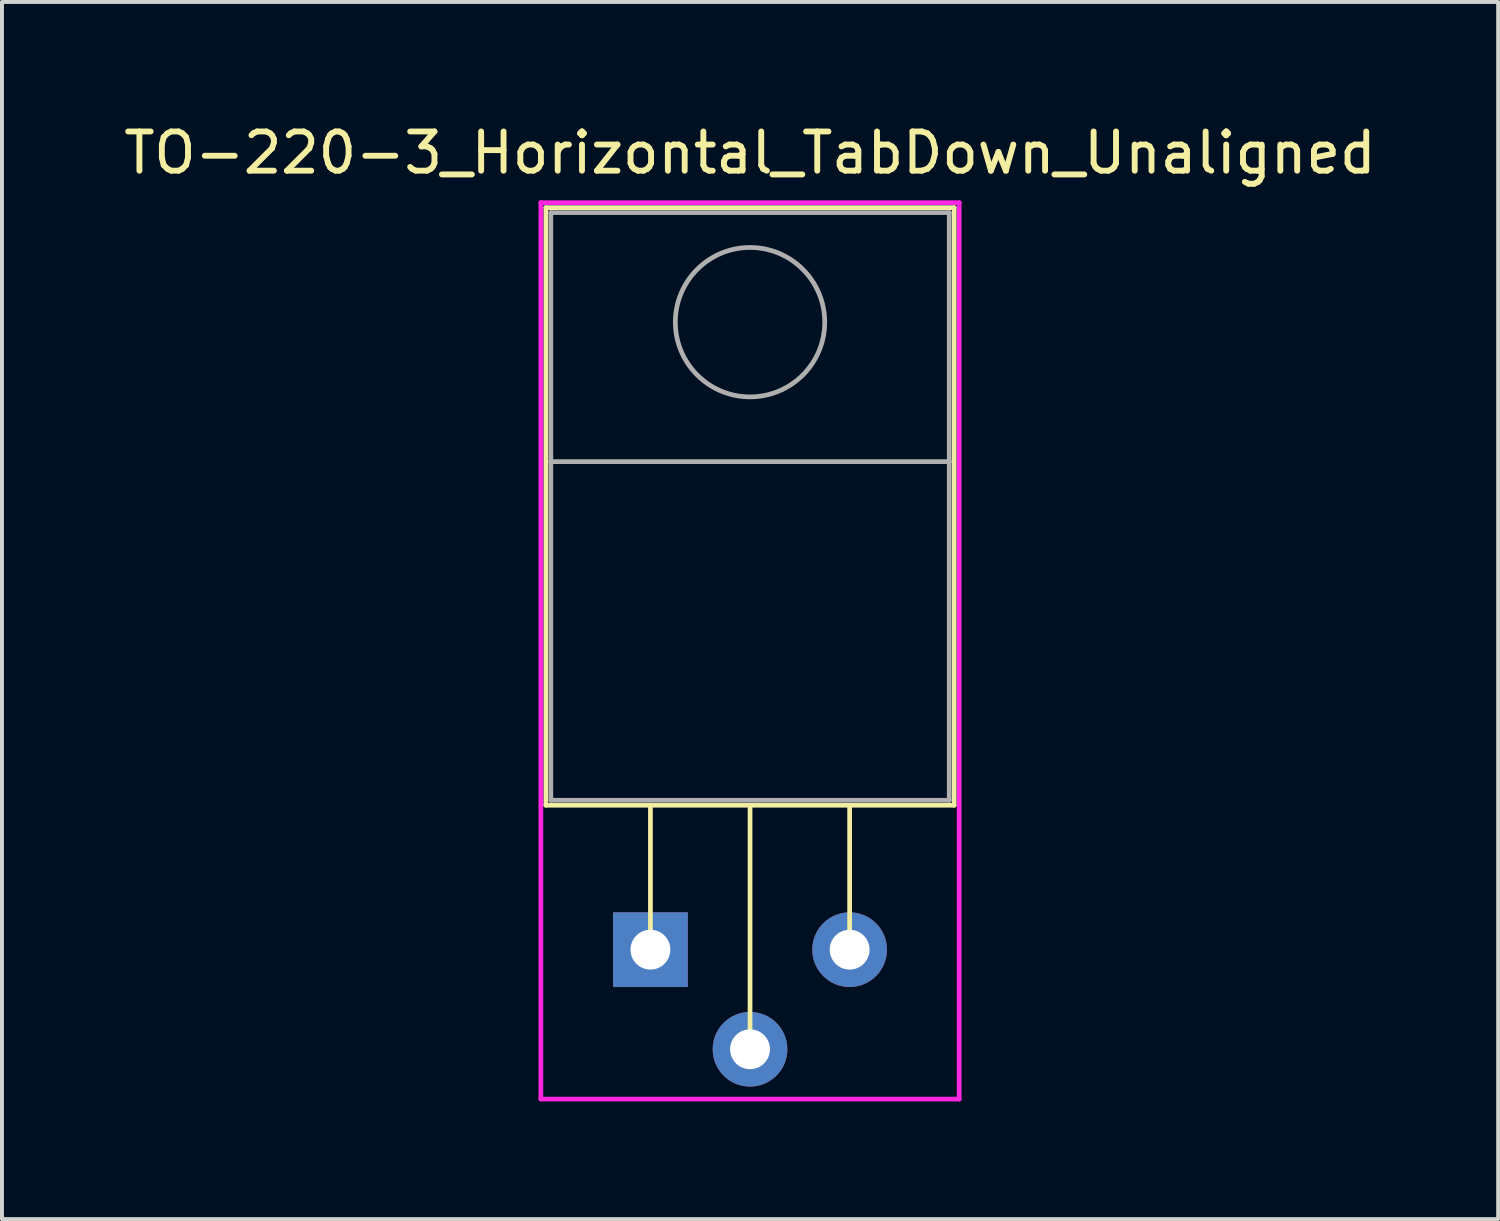
<source format=kicad_pcb>
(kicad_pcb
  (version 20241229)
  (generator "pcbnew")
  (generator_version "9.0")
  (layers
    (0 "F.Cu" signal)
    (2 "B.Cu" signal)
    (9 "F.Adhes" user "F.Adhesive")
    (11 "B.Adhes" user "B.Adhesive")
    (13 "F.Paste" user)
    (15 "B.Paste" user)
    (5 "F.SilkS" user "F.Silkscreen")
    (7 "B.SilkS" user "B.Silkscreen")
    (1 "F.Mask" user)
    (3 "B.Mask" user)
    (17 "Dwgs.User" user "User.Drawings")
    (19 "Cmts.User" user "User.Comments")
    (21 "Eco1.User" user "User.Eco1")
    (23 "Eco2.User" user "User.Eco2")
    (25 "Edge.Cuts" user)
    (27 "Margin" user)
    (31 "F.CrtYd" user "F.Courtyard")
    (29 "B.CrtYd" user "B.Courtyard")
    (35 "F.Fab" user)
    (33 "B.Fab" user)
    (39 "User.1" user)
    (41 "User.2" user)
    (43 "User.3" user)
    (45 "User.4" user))
  (footprint "TO-220-3_Horizontal_TabDown_Unaligned"
    (layer "F.Cu")
    (at 13.537 21.168)
    (property "Reference" "TO-220-3_Horizontal_TabDown_Unaligned" (at 2.54 -20.32 0) (layer "F.SilkS") (effects (font (size 1 1) (thickness 0.15))))
    (attr through_hole)
    (fp_line (start -2.667 -18.923) (end -2.667 -3.683) (stroke (width 0.12) (type solid)) (layer "F.SilkS"))
    (fp_line (start -2.667 -18.923) (end 7.747 -18.923) (stroke (width 0.12) (type solid)) (layer "F.SilkS"))
    (fp_line (start -2.667 -3.683) (end 7.747 -3.683) (stroke (width 0.12) (type solid)) (layer "F.SilkS"))
    (fp_line (start 0 0) (end 0 -3.683) (stroke (width 0.12) (type solid)) (layer "F.SilkS"))
    (fp_line (start 2.54 2.54) (end 2.54 -3.683) (stroke (width 0.12) (type solid)) (layer "F.SilkS"))
    (fp_line (start 5.08 0) (end 5.08 -3.683) (stroke (width 0.12) (type solid)) (layer "F.SilkS"))
    (fp_line (start 7.747 -18.923) (end 7.747 -3.683) (stroke (width 0.12) (type solid)) (layer "F.SilkS"))
    (fp_line (start -2.794 -19.05) (end -2.794 3.81) (stroke (width 0.12) (type solid)) (layer "F.CrtYd"))
    (fp_line (start -2.794 -19.05) (end 7.874 -19.05) (stroke (width 0.12) (type solid)) (layer "F.CrtYd"))
    (fp_line (start -2.794 3.81) (end 7.874 3.81) (stroke (width 0.12) (type solid)) (layer "F.CrtYd"))
    (fp_line (start 7.874 -19.05) (end 7.874 3.81) (stroke (width 0.12) (type solid)) (layer "F.CrtYd"))
    (fp_line (start -2.54 -18.796) (end 7.62 -18.796) (stroke (width 0.12) (type solid)) (layer "F.Fab"))
    (fp_line (start -2.54 -12.446) (end -2.54 -18.796) (stroke (width 0.12) (type solid)) (layer "F.Fab"))
    (fp_line (start -2.54 -12.446) (end 7.62 -12.446) (stroke (width 0.12) (type solid)) (layer "F.Fab"))
    (fp_line (start -2.54 -3.81) (end -2.54 -12.446) (stroke (width 0.12) (type solid)) (layer "F.Fab"))
    (fp_line (start -2.54 -3.81) (end 7.62 -3.81) (stroke (width 0.12) (type solid)) (layer "F.Fab"))
    (fp_line (start 7.62 -12.446) (end 7.62 -18.796) (stroke (width 0.12) (type solid)) (layer "F.Fab"))
    (fp_line (start 7.62 -3.81) (end 7.62 -12.446) (stroke (width 0.12) (type solid)) (layer "F.Fab"))
    (fp_circle (center 2.54 -16.002) (end 4.445 -16.002) (stroke (width 0.12) (type solid)) (fill no) (layer "F.Fab"))
    (pad "1" thru_hole rect (at 0 0) (size 1.905 1.905) (drill 1.016) (layers "*.Cu" "*.Mask"))
    (pad "2" thru_hole circle (at 2.54 2.54) (size 1.905 1.905) (drill 1.016) (layers "*.Cu" "*.Mask"))
    (pad "3" thru_hole circle (at 5.08 0) (size 1.905 1.905) (drill 1.016) (layers "*.Cu" "*.Mask")))
  (gr_rect
    (start -3 -3)
    (end 35.155 28.038)
    (stroke (width 0.1) (type default))
    (fill no)
    (layer "Edge.Cuts")))
</source>
